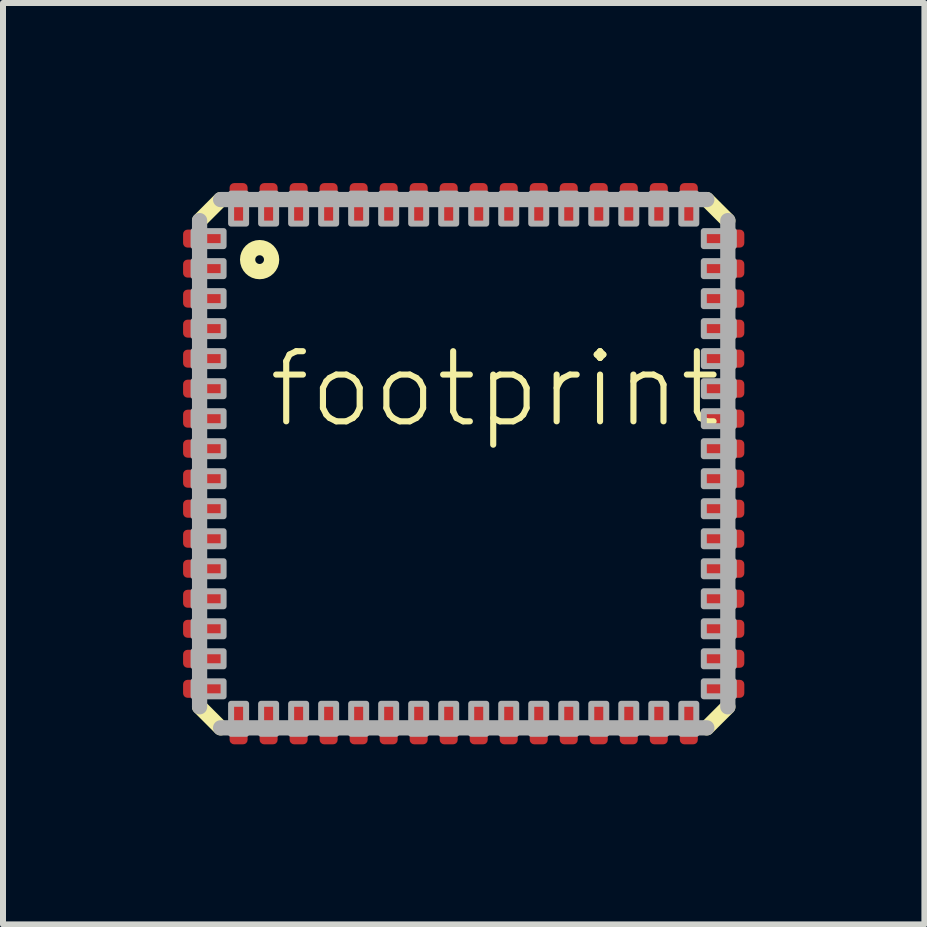
<source format=kicad_pcb>
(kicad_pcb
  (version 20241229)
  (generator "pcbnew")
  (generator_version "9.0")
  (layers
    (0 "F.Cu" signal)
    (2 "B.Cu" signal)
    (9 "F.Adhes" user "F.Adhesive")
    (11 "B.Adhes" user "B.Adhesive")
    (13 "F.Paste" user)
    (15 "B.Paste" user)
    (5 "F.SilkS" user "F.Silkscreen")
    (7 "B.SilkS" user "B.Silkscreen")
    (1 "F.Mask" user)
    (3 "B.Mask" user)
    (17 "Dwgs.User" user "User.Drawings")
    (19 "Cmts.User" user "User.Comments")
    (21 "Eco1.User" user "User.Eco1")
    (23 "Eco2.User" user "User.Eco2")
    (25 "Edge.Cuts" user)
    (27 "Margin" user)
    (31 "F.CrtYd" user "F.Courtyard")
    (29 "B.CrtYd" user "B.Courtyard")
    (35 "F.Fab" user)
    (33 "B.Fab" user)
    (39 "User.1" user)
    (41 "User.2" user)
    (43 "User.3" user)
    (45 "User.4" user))
  (footprint "footprint"
    (layer "F.Cu")
    (at 4.675 4.675)
    (property "Reference" "footprint" (at -3.302 -0.558 0) (layer "F.SilkS") (effects (font (size 1.168 1.168) (thickness 0.102)) (justify left bottom)))
    (fp_line (start -4.4 -4.05) (end -4.05 -4.4) (stroke (width 0.254) (type solid)) (layer "F.SilkS"))
    (fp_line (start -4.05 4.4) (end -4.4 4.05) (stroke (width 0.254) (type solid)) (layer "F.SilkS"))
    (fp_line (start 4.05 -4.4) (end 4.4 -4.05) (stroke (width 0.254) (type solid)) (layer "F.SilkS"))
    (fp_line (start 4.4 4.05) (end 4.05 4.4) (stroke (width 0.254) (type solid)) (layer "F.SilkS"))
    (fp_circle (center -3.4 -3.4) (end -3.2 -3.4) (stroke (width 0.254) (type solid)) (fill no) (layer "F.SilkS"))
    (fp_line (start -4.4 4.05) (end -4.4 -4.05) (stroke (width 0.254) (type solid)) (layer "F.Fab"))
    (fp_line (start -4.05 -4.4) (end 4.05 -4.4) (stroke (width 0.254) (type solid)) (layer "F.Fab"))
    (fp_line (start 4.05 4.4) (end -4.05 4.4) (stroke (width 0.254) (type solid)) (layer "F.Fab"))
    (fp_line (start 4.4 -4.05) (end 4.4 4.05) (stroke (width 0.254) (type solid)) (layer "F.Fab"))
    (fp_poly (pts (xy -4.5 -3.625) (xy -4 -3.625) (xy -4 -3.875) (xy -4.5 -3.875)) (stroke (width 0.1) (type solid)) (fill no) (layer "F.Fab"))
    (fp_poly (pts (xy -4.5 -3.125) (xy -4 -3.125) (xy -4 -3.375) (xy -4.5 -3.375)) (stroke (width 0.1) (type solid)) (fill no) (layer "F.Fab"))
    (fp_poly (pts (xy -4.5 -2.625) (xy -4 -2.625) (xy -4 -2.875) (xy -4.5 -2.875)) (stroke (width 0.1) (type solid)) (fill no) (layer "F.Fab"))
    (fp_poly (pts (xy -4.5 -2.125) (xy -4 -2.125) (xy -4 -2.375) (xy -4.5 -2.375)) (stroke (width 0.1) (type solid)) (fill no) (layer "F.Fab"))
    (fp_poly (pts (xy -4.5 -1.625) (xy -4 -1.625) (xy -4 -1.875) (xy -4.5 -1.875)) (stroke (width 0.1) (type solid)) (fill no) (layer "F.Fab"))
    (fp_poly (pts (xy -4.5 -1.125) (xy -4 -1.125) (xy -4 -1.375) (xy -4.5 -1.375)) (stroke (width 0.1) (type solid)) (fill no) (layer "F.Fab"))
    (fp_poly (pts (xy -4.5 -0.625) (xy -4 -0.625) (xy -4 -0.875) (xy -4.5 -0.875)) (stroke (width 0.1) (type solid)) (fill no) (layer "F.Fab"))
    (fp_poly (pts (xy -4.5 -0.125) (xy -4 -0.125) (xy -4 -0.375) (xy -4.5 -0.375)) (stroke (width 0.1) (type solid)) (fill no) (layer "F.Fab"))
    (fp_poly (pts (xy -4.5 0.375) (xy -4 0.375) (xy -4 0.125) (xy -4.5 0.125)) (stroke (width 0.1) (type solid)) (fill no) (layer "F.Fab"))
    (fp_poly (pts (xy -4.5 0.875) (xy -4 0.875) (xy -4 0.625) (xy -4.5 0.625)) (stroke (width 0.1) (type solid)) (fill no) (layer "F.Fab"))
    (fp_poly (pts (xy -4.5 1.375) (xy -4 1.375) (xy -4 1.125) (xy -4.5 1.125)) (stroke (width 0.1) (type solid)) (fill no) (layer "F.Fab"))
    (fp_poly (pts (xy -4.5 1.875) (xy -4 1.875) (xy -4 1.625) (xy -4.5 1.625)) (stroke (width 0.1) (type solid)) (fill no) (layer "F.Fab"))
    (fp_poly (pts (xy -4.5 2.375) (xy -4 2.375) (xy -4 2.125) (xy -4.5 2.125)) (stroke (width 0.1) (type solid)) (fill no) (layer "F.Fab"))
    (fp_poly (pts (xy -4.5 2.875) (xy -4 2.875) (xy -4 2.625) (xy -4.5 2.625)) (stroke (width 0.1) (type solid)) (fill no) (layer "F.Fab"))
    (fp_poly (pts (xy -4.5 3.375) (xy -4 3.375) (xy -4 3.125) (xy -4.5 3.125)) (stroke (width 0.1) (type solid)) (fill no) (layer "F.Fab"))
    (fp_poly (pts (xy -4.5 3.875) (xy -4 3.875) (xy -4 3.625) (xy -4.5 3.625)) (stroke (width 0.1) (type solid)) (fill no) (layer "F.Fab"))
    (fp_poly (pts (xy -3.875 -4) (xy -3.625 -4) (xy -3.625 -4.5) (xy -3.875 -4.5)) (stroke (width 0.1) (type solid)) (fill no) (layer "F.Fab"))
    (fp_poly (pts (xy -3.875 4.5) (xy -3.625 4.5) (xy -3.625 4) (xy -3.875 4)) (stroke (width 0.1) (type solid)) (fill no) (layer "F.Fab"))
    (fp_poly (pts (xy -3.375 -4) (xy -3.125 -4) (xy -3.125 -4.5) (xy -3.375 -4.5)) (stroke (width 0.1) (type solid)) (fill no) (layer "F.Fab"))
    (fp_poly (pts (xy -3.375 4.5) (xy -3.125 4.5) (xy -3.125 4) (xy -3.375 4)) (stroke (width 0.1) (type solid)) (fill no) (layer "F.Fab"))
    (fp_poly (pts (xy -2.875 -4) (xy -2.625 -4) (xy -2.625 -4.5) (xy -2.875 -4.5)) (stroke (width 0.1) (type solid)) (fill no) (layer "F.Fab"))
    (fp_poly (pts (xy -2.875 4.5) (xy -2.625 4.5) (xy -2.625 4) (xy -2.875 4)) (stroke (width 0.1) (type solid)) (fill no) (layer "F.Fab"))
    (fp_poly (pts (xy -2.375 -4) (xy -2.125 -4) (xy -2.125 -4.5) (xy -2.375 -4.5)) (stroke (width 0.1) (type solid)) (fill no) (layer "F.Fab"))
    (fp_poly (pts (xy -2.375 4.5) (xy -2.125 4.5) (xy -2.125 4) (xy -2.375 4)) (stroke (width 0.1) (type solid)) (fill no) (layer "F.Fab"))
    (fp_poly (pts (xy -1.875 -4) (xy -1.625 -4) (xy -1.625 -4.5) (xy -1.875 -4.5)) (stroke (width 0.1) (type solid)) (fill no) (layer "F.Fab"))
    (fp_poly (pts (xy -1.875 4.5) (xy -1.625 4.5) (xy -1.625 4) (xy -1.875 4)) (stroke (width 0.1) (type solid)) (fill no) (layer "F.Fab"))
    (fp_poly (pts (xy -1.375 -4) (xy -1.125 -4) (xy -1.125 -4.5) (xy -1.375 -4.5)) (stroke (width 0.1) (type solid)) (fill no) (layer "F.Fab"))
    (fp_poly (pts (xy -1.375 4.5) (xy -1.125 4.5) (xy -1.125 4) (xy -1.375 4)) (stroke (width 0.1) (type solid)) (fill no) (layer "F.Fab"))
    (fp_poly (pts (xy -0.875 -4) (xy -0.625 -4) (xy -0.625 -4.5) (xy -0.875 -4.5)) (stroke (width 0.1) (type solid)) (fill no) (layer "F.Fab"))
    (fp_poly (pts (xy -0.875 4.5) (xy -0.625 4.5) (xy -0.625 4) (xy -0.875 4)) (stroke (width 0.1) (type solid)) (fill no) (layer "F.Fab"))
    (fp_poly (pts (xy -0.375 -4) (xy -0.125 -4) (xy -0.125 -4.5) (xy -0.375 -4.5)) (stroke (width 0.1) (type solid)) (fill no) (layer "F.Fab"))
    (fp_poly (pts (xy -0.375 4.5) (xy -0.125 4.5) (xy -0.125 4) (xy -0.375 4)) (stroke (width 0.1) (type solid)) (fill no) (layer "F.Fab"))
    (fp_poly (pts (xy 0.125 -4) (xy 0.375 -4) (xy 0.375 -4.5) (xy 0.125 -4.5)) (stroke (width 0.1) (type solid)) (fill no) (layer "F.Fab"))
    (fp_poly (pts (xy 0.125 4.5) (xy 0.375 4.5) (xy 0.375 4) (xy 0.125 4)) (stroke (width 0.1) (type solid)) (fill no) (layer "F.Fab"))
    (fp_poly (pts (xy 0.625 -4) (xy 0.875 -4) (xy 0.875 -4.5) (xy 0.625 -4.5)) (stroke (width 0.1) (type solid)) (fill no) (layer "F.Fab"))
    (fp_poly (pts (xy 0.625 4.5) (xy 0.875 4.5) (xy 0.875 4) (xy 0.625 4)) (stroke (width 0.1) (type solid)) (fill no) (layer "F.Fab"))
    (fp_poly (pts (xy 1.125 -4) (xy 1.375 -4) (xy 1.375 -4.5) (xy 1.125 -4.5)) (stroke (width 0.1) (type solid)) (fill no) (layer "F.Fab"))
    (fp_poly (pts (xy 1.125 4.5) (xy 1.375 4.5) (xy 1.375 4) (xy 1.125 4)) (stroke (width 0.1) (type solid)) (fill no) (layer "F.Fab"))
    (fp_poly (pts (xy 1.625 -4) (xy 1.875 -4) (xy 1.875 -4.5) (xy 1.625 -4.5)) (stroke (width 0.1) (type solid)) (fill no) (layer "F.Fab"))
    (fp_poly (pts (xy 1.625 4.5) (xy 1.875 4.5) (xy 1.875 4) (xy 1.625 4)) (stroke (width 0.1) (type solid)) (fill no) (layer "F.Fab"))
    (fp_poly (pts (xy 2.125 -4) (xy 2.375 -4) (xy 2.375 -4.5) (xy 2.125 -4.5)) (stroke (width 0.1) (type solid)) (fill no) (layer "F.Fab"))
    (fp_poly (pts (xy 2.125 4.5) (xy 2.375 4.5) (xy 2.375 4) (xy 2.125 4)) (stroke (width 0.1) (type solid)) (fill no) (layer "F.Fab"))
    (fp_poly (pts (xy 2.625 -4) (xy 2.875 -4) (xy 2.875 -4.5) (xy 2.625 -4.5)) (stroke (width 0.1) (type solid)) (fill no) (layer "F.Fab"))
    (fp_poly (pts (xy 2.625 4.5) (xy 2.875 4.5) (xy 2.875 4) (xy 2.625 4)) (stroke (width 0.1) (type solid)) (fill no) (layer "F.Fab"))
    (fp_poly (pts (xy 3.125 -4) (xy 3.375 -4) (xy 3.375 -4.5) (xy 3.125 -4.5)) (stroke (width 0.1) (type solid)) (fill no) (layer "F.Fab"))
    (fp_poly (pts (xy 3.125 4.5) (xy 3.375 4.5) (xy 3.375 4) (xy 3.125 4)) (stroke (width 0.1) (type solid)) (fill no) (layer "F.Fab"))
    (fp_poly (pts (xy 3.625 -4) (xy 3.875 -4) (xy 3.875 -4.5) (xy 3.625 -4.5)) (stroke (width 0.1) (type solid)) (fill no) (layer "F.Fab"))
    (fp_poly (pts (xy 3.625 4.5) (xy 3.875 4.5) (xy 3.875 4) (xy 3.625 4)) (stroke (width 0.1) (type solid)) (fill no) (layer "F.Fab"))
    (fp_poly (pts (xy 4 -3.625) (xy 4.5 -3.625) (xy 4.5 -3.875) (xy 4 -3.875)) (stroke (width 0.1) (type solid)) (fill no) (layer "F.Fab"))
    (fp_poly (pts (xy 4 -3.125) (xy 4.5 -3.125) (xy 4.5 -3.375) (xy 4 -3.375)) (stroke (width 0.1) (type solid)) (fill no) (layer "F.Fab"))
    (fp_poly (pts (xy 4 -2.625) (xy 4.5 -2.625) (xy 4.5 -2.875) (xy 4 -2.875)) (stroke (width 0.1) (type solid)) (fill no) (layer "F.Fab"))
    (fp_poly (pts (xy 4 -2.125) (xy 4.5 -2.125) (xy 4.5 -2.375) (xy 4 -2.375)) (stroke (width 0.1) (type solid)) (fill no) (layer "F.Fab"))
    (fp_poly (pts (xy 4 -1.625) (xy 4.5 -1.625) (xy 4.5 -1.875) (xy 4 -1.875)) (stroke (width 0.1) (type solid)) (fill no) (layer "F.Fab"))
    (fp_poly (pts (xy 4 -1.125) (xy 4.5 -1.125) (xy 4.5 -1.375) (xy 4 -1.375)) (stroke (width 0.1) (type solid)) (fill no) (layer "F.Fab"))
    (fp_poly (pts (xy 4 -0.625) (xy 4.5 -0.625) (xy 4.5 -0.875) (xy 4 -0.875)) (stroke (width 0.1) (type solid)) (fill no) (layer "F.Fab"))
    (fp_poly (pts (xy 4 -0.125) (xy 4.5 -0.125) (xy 4.5 -0.375) (xy 4 -0.375)) (stroke (width 0.1) (type solid)) (fill no) (layer "F.Fab"))
    (fp_poly (pts (xy 4 0.375) (xy 4.5 0.375) (xy 4.5 0.125) (xy 4 0.125)) (stroke (width 0.1) (type solid)) (fill no) (layer "F.Fab"))
    (fp_poly (pts (xy 4 0.875) (xy 4.5 0.875) (xy 4.5 0.625) (xy 4 0.625)) (stroke (width 0.1) (type solid)) (fill no) (layer "F.Fab"))
    (fp_poly (pts (xy 4 1.375) (xy 4.5 1.375) (xy 4.5 1.125) (xy 4 1.125)) (stroke (width 0.1) (type solid)) (fill no) (layer "F.Fab"))
    (fp_poly (pts (xy 4 1.875) (xy 4.5 1.875) (xy 4.5 1.625) (xy 4 1.625)) (stroke (width 0.1) (type solid)) (fill no) (layer "F.Fab"))
    (fp_poly (pts (xy 4 2.375) (xy 4.5 2.375) (xy 4.5 2.125) (xy 4 2.125)) (stroke (width 0.1) (type solid)) (fill no) (layer "F.Fab"))
    (fp_poly (pts (xy 4 2.875) (xy 4.5 2.875) (xy 4.5 2.625) (xy 4 2.625)) (stroke (width 0.1) (type solid)) (fill no) (layer "F.Fab"))
    (fp_poly (pts (xy 4 3.375) (xy 4.5 3.375) (xy 4.5 3.125) (xy 4 3.125)) (stroke (width 0.1) (type solid)) (fill no) (layer "F.Fab"))
    (fp_poly (pts (xy 4 3.875) (xy 4.5 3.875) (xy 4.5 3.625) (xy 4 3.625)) (stroke (width 0.1) (type solid)) (fill no) (layer "F.Fab"))
    (pad "1" smd roundrect (at -4.325 -3.75) (size 0.7 0.3) (layers "F.Cu" "F.Mask" "F.Paste") (roundrect_rratio 0.25))
    (pad "2" smd roundrect (at -4.325 -3.25) (size 0.7 0.3) (layers "F.Cu" "F.Mask" "F.Paste") (roundrect_rratio 0.25))
    (pad "3" smd roundrect (at -4.325 -2.75) (size 0.7 0.3) (layers "F.Cu" "F.Mask" "F.Paste") (roundrect_rratio 0.25))
    (pad "4" smd roundrect (at -4.325 -2.25) (size 0.7 0.3) (layers "F.Cu" "F.Mask" "F.Paste") (roundrect_rratio 0.25))
    (pad "5" smd roundrect (at -4.325 -1.75) (size 0.7 0.3) (layers "F.Cu" "F.Mask" "F.Paste") (roundrect_rratio 0.25))
    (pad "6" smd roundrect (at -4.325 -1.25) (size 0.7 0.3) (layers "F.Cu" "F.Mask" "F.Paste") (roundrect_rratio 0.25))
    (pad "7" smd roundrect (at -4.325 -0.75) (size 0.7 0.3) (layers "F.Cu" "F.Mask" "F.Paste") (roundrect_rratio 0.25))
    (pad "8" smd roundrect (at -4.325 -0.25) (size 0.7 0.3) (layers "F.Cu" "F.Mask" "F.Paste") (roundrect_rratio 0.25))
    (pad "9" smd roundrect (at -4.325 0.25) (size 0.7 0.3) (layers "F.Cu" "F.Mask" "F.Paste") (roundrect_rratio 0.25))
    (pad "10" smd roundrect (at -4.325 0.75) (size 0.7 0.3) (layers "F.Cu" "F.Mask" "F.Paste") (roundrect_rratio 0.25))
    (pad "11" smd roundrect (at -4.325 1.25) (size 0.7 0.3) (layers "F.Cu" "F.Mask" "F.Paste") (roundrect_rratio 0.25))
    (pad "12" smd roundrect (at -4.325 1.75) (size 0.7 0.3) (layers "F.Cu" "F.Mask" "F.Paste") (roundrect_rratio 0.25))
    (pad "13" smd roundrect (at -4.325 2.25) (size 0.7 0.3) (layers "F.Cu" "F.Mask" "F.Paste") (roundrect_rratio 0.25))
    (pad "14" smd roundrect (at -4.325 2.75) (size 0.7 0.3) (layers "F.Cu" "F.Mask" "F.Paste") (roundrect_rratio 0.25))
    (pad "15" smd roundrect (at -4.325 3.25) (size 0.7 0.3) (layers "F.Cu" "F.Mask" "F.Paste") (roundrect_rratio 0.25))
    (pad "16" smd roundrect (at -4.325 3.75) (size 0.7 0.3) (layers "F.Cu" "F.Mask" "F.Paste") (roundrect_rratio 0.25))
    (pad "17" smd roundrect (at -3.75 4.325) (size 0.3 0.7) (layers "F.Cu" "F.Mask" "F.Paste") (roundrect_rratio 0.25))
    (pad "18" smd roundrect (at -3.25 4.325) (size 0.3 0.7) (layers "F.Cu" "F.Mask" "F.Paste") (roundrect_rratio 0.25))
    (pad "19" smd roundrect (at -2.75 4.325) (size 0.3 0.7) (layers "F.Cu" "F.Mask" "F.Paste") (roundrect_rratio 0.25))
    (pad "20" smd roundrect (at -2.25 4.325) (size 0.3 0.7) (layers "F.Cu" "F.Mask" "F.Paste") (roundrect_rratio 0.25))
    (pad "21" smd roundrect (at -1.75 4.325) (size 0.3 0.7) (layers "F.Cu" "F.Mask" "F.Paste") (roundrect_rratio 0.25))
    (pad "22" smd roundrect (at -1.25 4.325) (size 0.3 0.7) (layers "F.Cu" "F.Mask" "F.Paste") (roundrect_rratio 0.25))
    (pad "23" smd roundrect (at -0.75 4.325) (size 0.3 0.7) (layers "F.Cu" "F.Mask" "F.Paste") (roundrect_rratio 0.25))
    (pad "24" smd roundrect (at -0.25 4.325) (size 0.3 0.7) (layers "F.Cu" "F.Mask" "F.Paste") (roundrect_rratio 0.25))
    (pad "25" smd roundrect (at 0.25 4.325) (size 0.3 0.7) (layers "F.Cu" "F.Mask" "F.Paste") (roundrect_rratio 0.25))
    (pad "26" smd roundrect (at 0.75 4.325) (size 0.3 0.7) (layers "F.Cu" "F.Mask" "F.Paste") (roundrect_rratio 0.25))
    (pad "27" smd roundrect (at 1.25 4.325) (size 0.3 0.7) (layers "F.Cu" "F.Mask" "F.Paste") (roundrect_rratio 0.25))
    (pad "28" smd roundrect (at 1.75 4.325) (size 0.3 0.7) (layers "F.Cu" "F.Mask" "F.Paste") (roundrect_rratio 0.25))
    (pad "29" smd roundrect (at 2.25 4.325) (size 0.3 0.7) (layers "F.Cu" "F.Mask" "F.Paste") (roundrect_rratio 0.25))
    (pad "30" smd roundrect (at 2.75 4.325) (size 0.3 0.7) (layers "F.Cu" "F.Mask" "F.Paste") (roundrect_rratio 0.25))
    (pad "31" smd roundrect (at 3.25 4.325) (size 0.3 0.7) (layers "F.Cu" "F.Mask" "F.Paste") (roundrect_rratio 0.25))
    (pad "32" smd roundrect (at 3.75 4.325) (size 0.3 0.7) (layers "F.Cu" "F.Mask" "F.Paste") (roundrect_rratio 0.25))
    (pad "33" smd roundrect (at 4.325 3.75) (size 0.7 0.3) (layers "F.Cu" "F.Mask" "F.Paste") (roundrect_rratio 0.25))
    (pad "34" smd roundrect (at 4.325 3.25) (size 0.7 0.3) (layers "F.Cu" "F.Mask" "F.Paste") (roundrect_rratio 0.25))
    (pad "35" smd roundrect (at 4.325 2.75) (size 0.7 0.3) (layers "F.Cu" "F.Mask" "F.Paste") (roundrect_rratio 0.25))
    (pad "36" smd roundrect (at 4.325 2.25) (size 0.7 0.3) (layers "F.Cu" "F.Mask" "F.Paste") (roundrect_rratio 0.25))
    (pad "37" smd roundrect (at 4.325 1.75) (size 0.7 0.3) (layers "F.Cu" "F.Mask" "F.Paste") (roundrect_rratio 0.25))
    (pad "38" smd roundrect (at 4.325 1.25) (size 0.7 0.3) (layers "F.Cu" "F.Mask" "F.Paste") (roundrect_rratio 0.25))
    (pad "39" smd roundrect (at 4.325 0.75) (size 0.7 0.3) (layers "F.Cu" "F.Mask" "F.Paste") (roundrect_rratio 0.25))
    (pad "40" smd roundrect (at 4.325 0.25) (size 0.7 0.3) (layers "F.Cu" "F.Mask" "F.Paste") (roundrect_rratio 0.25))
    (pad "41" smd roundrect (at 4.325 -0.25) (size 0.7 0.3) (layers "F.Cu" "F.Mask" "F.Paste") (roundrect_rratio 0.25))
    (pad "42" smd roundrect (at 4.325 -0.75) (size 0.7 0.3) (layers "F.Cu" "F.Mask" "F.Paste") (roundrect_rratio 0.25))
    (pad "43" smd roundrect (at 4.325 -1.25) (size 0.7 0.3) (layers "F.Cu" "F.Mask" "F.Paste") (roundrect_rratio 0.25))
    (pad "44" smd roundrect (at 4.325 -1.75) (size 0.7 0.3) (layers "F.Cu" "F.Mask" "F.Paste") (roundrect_rratio 0.25))
    (pad "45" smd roundrect (at 4.325 -2.25) (size 0.7 0.3) (layers "F.Cu" "F.Mask" "F.Paste") (roundrect_rratio 0.25))
    (pad "46" smd roundrect (at 4.325 -2.75) (size 0.7 0.3) (layers "F.Cu" "F.Mask" "F.Paste") (roundrect_rratio 0.25))
    (pad "47" smd roundrect (at 4.325 -3.25) (size 0.7 0.3) (layers "F.Cu" "F.Mask" "F.Paste") (roundrect_rratio 0.25))
    (pad "48" smd roundrect (at 4.325 -3.75) (size 0.7 0.3) (layers "F.Cu" "F.Mask" "F.Paste") (roundrect_rratio 0.25))
    (pad "49" smd roundrect (at 3.75 -4.325) (size 0.3 0.7) (layers "F.Cu" "F.Mask" "F.Paste") (roundrect_rratio 0.25))
    (pad "50" smd roundrect (at 3.25 -4.325) (size 0.3 0.7) (layers "F.Cu" "F.Mask" "F.Paste") (roundrect_rratio 0.25))
    (pad "51" smd roundrect (at 2.75 -4.325) (size 0.3 0.7) (layers "F.Cu" "F.Mask" "F.Paste") (roundrect_rratio 0.25))
    (pad "52" smd roundrect (at 2.25 -4.325) (size 0.3 0.7) (layers "F.Cu" "F.Mask" "F.Paste") (roundrect_rratio 0.25))
    (pad "53" smd roundrect (at 1.75 -4.325) (size 0.3 0.7) (layers "F.Cu" "F.Mask" "F.Paste") (roundrect_rratio 0.25))
    (pad "54" smd roundrect (at 1.25 -4.325) (size 0.3 0.7) (layers "F.Cu" "F.Mask" "F.Paste") (roundrect_rratio 0.25))
    (pad "55" smd roundrect (at 0.75 -4.325) (size 0.3 0.7) (layers "F.Cu" "F.Mask" "F.Paste") (roundrect_rratio 0.25))
    (pad "56" smd roundrect (at 0.25 -4.325) (size 0.3 0.7) (layers "F.Cu" "F.Mask" "F.Paste") (roundrect_rratio 0.25))
    (pad "57" smd roundrect (at -0.25 -4.325) (size 0.3 0.7) (layers "F.Cu" "F.Mask" "F.Paste") (roundrect_rratio 0.25))
    (pad "58" smd roundrect (at -0.75 -4.325) (size 0.3 0.7) (layers "F.Cu" "F.Mask" "F.Paste") (roundrect_rratio 0.25))
    (pad "59" smd roundrect (at -1.25 -4.325) (size 0.3 0.7) (layers "F.Cu" "F.Mask" "F.Paste") (roundrect_rratio 0.25))
    (pad "60" smd roundrect (at -1.75 -4.325) (size 0.3 0.7) (layers "F.Cu" "F.Mask" "F.Paste") (roundrect_rratio 0.25))
    (pad "61" smd roundrect (at -2.25 -4.325) (size 0.3 0.7) (layers "F.Cu" "F.Mask" "F.Paste") (roundrect_rratio 0.25))
    (pad "62" smd roundrect (at -2.75 -4.325) (size 0.3 0.7) (layers "F.Cu" "F.Mask" "F.Paste") (roundrect_rratio 0.25))
    (pad "63" smd roundrect (at -3.25 -4.325) (size 0.3 0.7) (layers "F.Cu" "F.Mask" "F.Paste") (roundrect_rratio 0.25))
    (pad "64" smd roundrect (at -3.75 -4.325) (size 0.3 0.7) (layers "F.Cu" "F.Mask" "F.Paste") (roundrect_rratio 0.25)))
  (gr_rect
    (start -3 -3)
    (end 12.35 12.35)
    (stroke (width 0.1) (type default))
    (fill no)
    (layer "Edge.Cuts")))
</source>
